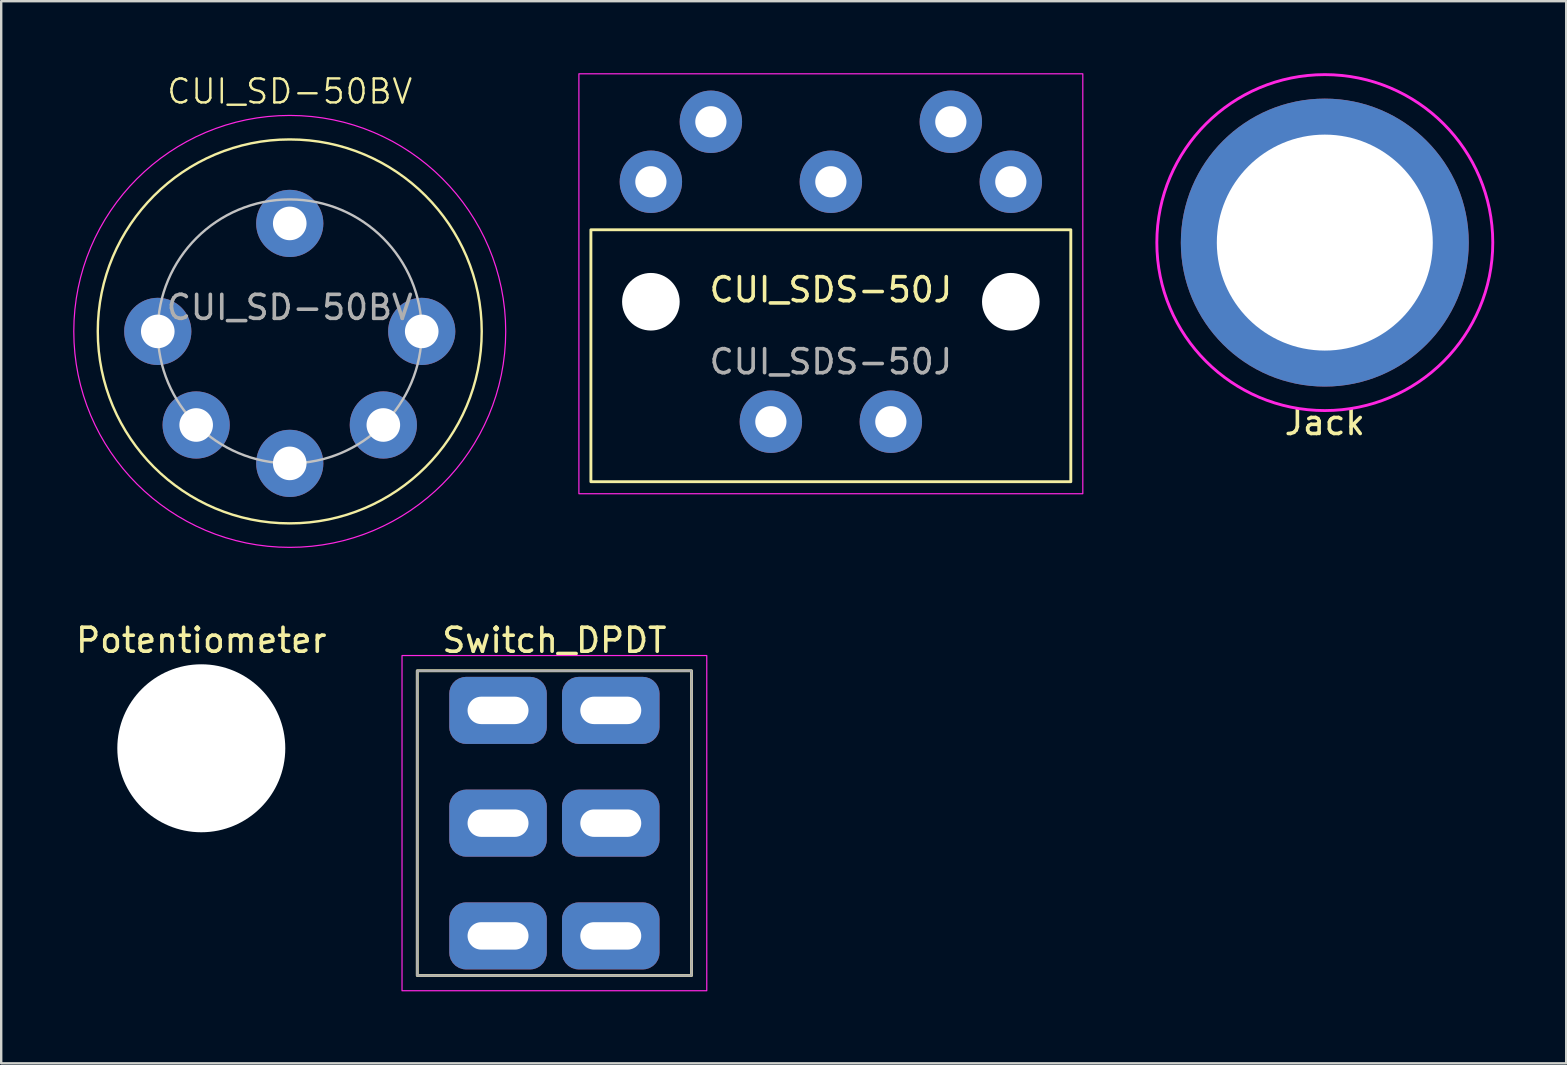
<source format=kicad_pcb>
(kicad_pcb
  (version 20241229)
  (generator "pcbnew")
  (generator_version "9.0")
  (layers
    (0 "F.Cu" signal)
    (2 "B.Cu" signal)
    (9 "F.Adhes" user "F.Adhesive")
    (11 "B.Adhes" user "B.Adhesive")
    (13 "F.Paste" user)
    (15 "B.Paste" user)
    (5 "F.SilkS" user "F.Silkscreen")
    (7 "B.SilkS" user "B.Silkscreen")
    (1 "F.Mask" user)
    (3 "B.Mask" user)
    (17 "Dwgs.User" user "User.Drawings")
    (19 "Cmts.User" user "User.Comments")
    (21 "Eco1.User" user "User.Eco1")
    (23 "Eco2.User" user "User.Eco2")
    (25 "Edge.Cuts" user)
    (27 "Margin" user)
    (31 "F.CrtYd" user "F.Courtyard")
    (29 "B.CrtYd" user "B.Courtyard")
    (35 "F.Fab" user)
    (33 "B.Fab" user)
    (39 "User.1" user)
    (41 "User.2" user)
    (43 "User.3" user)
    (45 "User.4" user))
  (footprint "Jack"
    (layer "F.Cu")
    (at 52.16 7.06)
    (property "Reference" "Jack" (at 0 7.5 0) (layer "F.SilkS") (effects (font (size 1 1) (thickness 0.15))))
    (attr through_hole)
    (fp_circle (center 0 0) (end 7 0) (stroke (width 0.12) (type solid)) (fill no) (layer "F.CrtYd"))
    (pad "1" thru_hole circle (at 0 0) (size 12 12) (drill 9) (layers "*.Cu" "*.Mask")))
  (footprint "CUI_SD-50BV"
    (layer "F.Cu")
    (at 9.025 10.761)
    (property "Reference" "CUI_SD-50BV" (at 0 -10 0) (unlocked yes) (layer "F.SilkS") (effects (font (size 1 1) (thickness 0.1))))
    (attr through_hole)
    (fp_circle (center 0 0) (end 8 0) (stroke (width 0.1) (type default)) (fill no) (layer "F.SilkS"))
    (fp_circle (center 0 0) (end -5.5 0) (stroke (width 0.1) (type default)) (fill no) (layer "Dwgs.User"))
    (fp_circle (center 0 0) (end 9 0) (stroke (width 0.05) (type default)) (fill no) (layer "F.CrtYd"))
    (fp_text user "${REFERENCE}" (at 0 -1 0) (unlocked yes) (layer "F.Fab") (effects (font (size 1 1) (thickness 0.15))))
    (pad "1" thru_hole circle (at 5.5 0 180) (size 2.8 2.8) (drill 1.4) (layers "*.Cu" "*.Mask"))
    (pad "2" thru_hole circle (at 0 5.5 180) (size 2.8 2.8) (drill 1.4) (layers "*.Cu" "*.Mask"))
    (pad "3" thru_hole circle (at -5.5 0 180) (size 2.8 2.8) (drill 1.4) (layers "*.Cu" "*.Mask"))
    (pad "4" thru_hole circle (at 3.9 3.9 180) (size 2.8 2.8) (drill 1.4) (layers "*.Cu" "*.Mask"))
    (pad "5" thru_hole circle (at -3.9 3.9 180) (size 2.8 2.8) (drill 1.4) (layers "*.Cu" "*.Mask"))
    (pad "S1" thru_hole circle (at 0 -4.5 180) (size 2.8 2.8) (drill 1.4) (layers "*.Cu" "*.Mask")))
  (footprint "Switch_DPDT"
    (layer "F.Cu")
    (at 20.054 31.254)
    (property "Reference" "Switch_DPDT" (at 0 -7.62 0) (layer "F.SilkS") (effects (font (size 1 1) (thickness 0.15))))
    (attr through_hole)
    (fp_rect (start -5.715 -6.35) (end 5.715 6.35) (stroke (width 0.12) (type solid)) (fill no) (layer "F.SilkS"))
    (fp_rect (start -6.35 -6.985) (end 6.35 6.985) (stroke (width 0.05) (type solid)) (fill no) (layer "F.CrtYd"))
    (fp_rect (start -5.715 -6.35) (end 5.715 6.35) (stroke (width 0.1) (type solid)) (fill no) (layer "F.Fab"))
    (pad "1" thru_hole roundrect (at -2.349 -4.699) (size 4.064 2.794) (drill oval 2.54 1.143) (layers "*.Cu" "*.Mask") (roundrect_rratio 0.25))
    (pad "2" thru_hole roundrect (at -2.349 0) (size 4.064 2.794) (drill oval 2.54 1.143) (layers "*.Cu" "*.Mask") (roundrect_rratio 0.25))
    (pad "3" thru_hole roundrect (at -2.349 4.699) (size 4.064 2.794) (drill oval 2.54 1.143) (layers "*.Cu" "*.Mask") (roundrect_rratio 0.25))
    (pad "4" thru_hole roundrect (at 2.349 -4.699) (size 4.064 2.794) (drill oval 2.54 1.143) (layers "*.Cu" "*.Mask") (roundrect_rratio 0.25))
    (pad "5" thru_hole roundrect (at 2.349 0) (size 4.064 2.794) (drill oval 2.54 1.143) (layers "*.Cu" "*.Mask") (roundrect_rratio 0.25))
    (pad "6" thru_hole roundrect (at 2.349 4.699) (size 4.064 2.794) (drill oval 2.54 1.143) (layers "*.Cu" "*.Mask") (roundrect_rratio 0.25)))
  (footprint "CUI_SDS-50J"
    (layer "F.Cu")
    (at 31.575 9.525)
    (property "Reference" "CUI_SDS-50J" (at 0 -0.5 0) (unlocked yes) (layer "F.SilkS") (effects (font (size 1 1) (thickness 0.15))))
    (attr through_hole)
    (fp_rect (start -10 -3) (end 10 7.5) (stroke (width 0.12) (type solid)) (fill no) (layer "F.SilkS"))
    (fp_rect (start 10.5 8) (end -10.5 -9.5) (stroke (width 0.05) (type solid)) (fill no) (layer "F.CrtYd"))
    (fp_text user "${REFERENCE}" (at 0 2.5 0) (unlocked yes) (layer "F.Fab") (effects (font (size 1 1) (thickness 0.15))))
    (pad "" np_thru_hole circle (at -7.5 0) (size 2.4 2.4) (drill 2.4) (layers "*.Cu" "*.Mask"))
    (pad "" np_thru_hole circle (at 7.5 0) (size 2.4 2.4) (drill 2.4) (layers "*.Cu" "*.Mask"))
    (pad "1" thru_hole circle (at 7.5 -5) (size 2.6 2.6) (drill 1.3) (layers "*.Cu" "*.Mask"))
    (pad "2" thru_hole circle (at 0 -5) (size 2.6 2.6) (drill 1.3) (layers "*.Cu" "*.Mask"))
    (pad "3" thru_hole circle (at -7.5 -5) (size 2.6 2.6) (drill 1.3) (layers "*.Cu" "*.Mask"))
    (pad "4" thru_hole circle (at 5 -7.5) (size 2.6 2.6) (drill 1.3) (layers "*.Cu" "*.Mask"))
    (pad "5" thru_hole circle (at -5 -7.5) (size 2.6 2.6) (drill 1.3) (layers "*.Cu" "*.Mask"))
    (pad "S1" thru_hole circle (at -2.5 5) (size 2.6 2.6) (drill 1.3) (layers "*.Cu" "*.Mask"))
    (pad "S2" thru_hole circle (at 2.5 5) (size 2.6 2.6) (drill 1.3) (layers "*.Cu" "*.Mask")))
  (footprint "Potentiometer"
    (layer "F.Cu")
    (at 5.339 28.134)
    (property "Reference" "Potentiometer" (at 0 -4.5 0) (layer "F.SilkS") (effects (font (size 1 1) (thickness 0.15))))
    (attr through_hole)
    (pad "" np_thru_hole circle (at 0 0) (size 7 7) (drill 7) (layers "*.Cu" "*.Mask")))
  (gr_rect
    (start -3 -3)
    (end 62.22 41.264)
    (stroke (width 0.1) (type default))
    (fill no)
    (layer "Edge.Cuts")))
</source>
